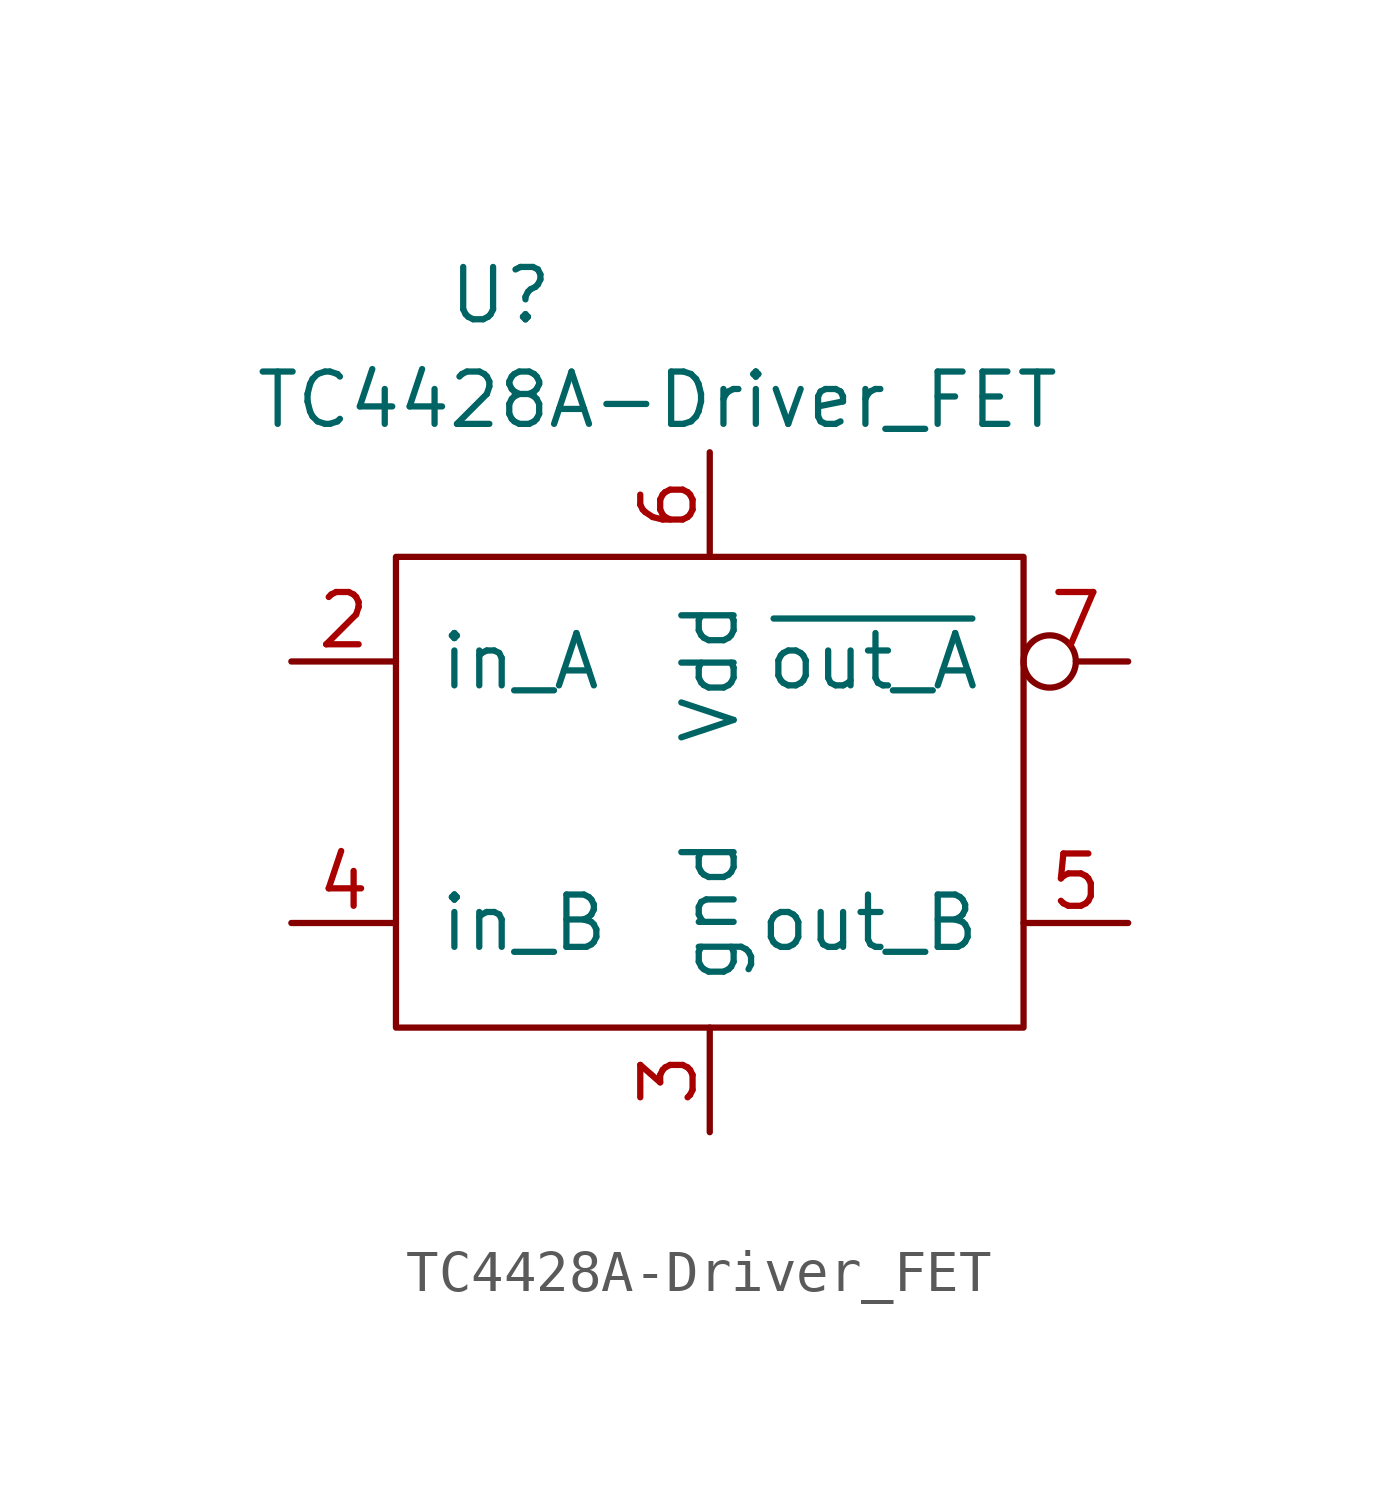
<source format=kicad_sym>
(kicad_symbol_lib
  (version 20220914)
  (generator kicad_symbol_editor)
  (symbol "TC4428A-Driver_FET"
    (pin_names
      (offset 1.016))
    (property "Reference" "U"
      (at -5.08 11.43 0)
      (effects (font (size 1.27 1.27))))
    (property "Value" "TC4428A-Driver_FET"
      (at -1.27 8.89 0)
      (effects (font (size 1.27 1.27))))
    (symbol "TC4428A-Driver_FET_0_1"
      (rectangle (start -7.62 5.08) (end 7.62 -6.35) (stroke (width 0) (type solid)) (fill (type none))))
    (symbol "TC4428A-Driver_FET_1_1"
      (pin input line (at -10.16 2.54 0) (length 2.54) (name "in_A" (effects (font (size 1.27 1.27)))) (number "2" (effects (font (size 1.27 1.27)))))
      (pin power_in line (at 0 -8.89 90) (length 2.54) (name "gnd" (effects (font (size 1.27 1.27)))) (number "3" (effects (font (size 1.27 1.27)))))
      (pin input line (at -10.16 -3.81 0) (length 2.54) (name "in_B" (effects (font (size 1.27 1.27)))) (number "4" (effects (font (size 1.27 1.27)))))
      (pin power_in line (at 10.16 -3.81 180) (length 2.54) (name "out_B" (effects (font (size 1.27 1.27)))) (number "5" (effects (font (size 1.27 1.27)))))
      (pin power_in line (at 0 7.62 270) (length 2.54) (name "Vdd" (effects (font (size 1.27 1.27)))) (number "6" (effects (font (size 1.27 1.27)))))
      (pin power_in inverted (at 10.16 2.54 180) (length 2.54) (name "~{out_A}" (effects (font (size 1.27 1.27)))) (number "7" (effects (font (size 1.27 1.27))))))))
</source>
